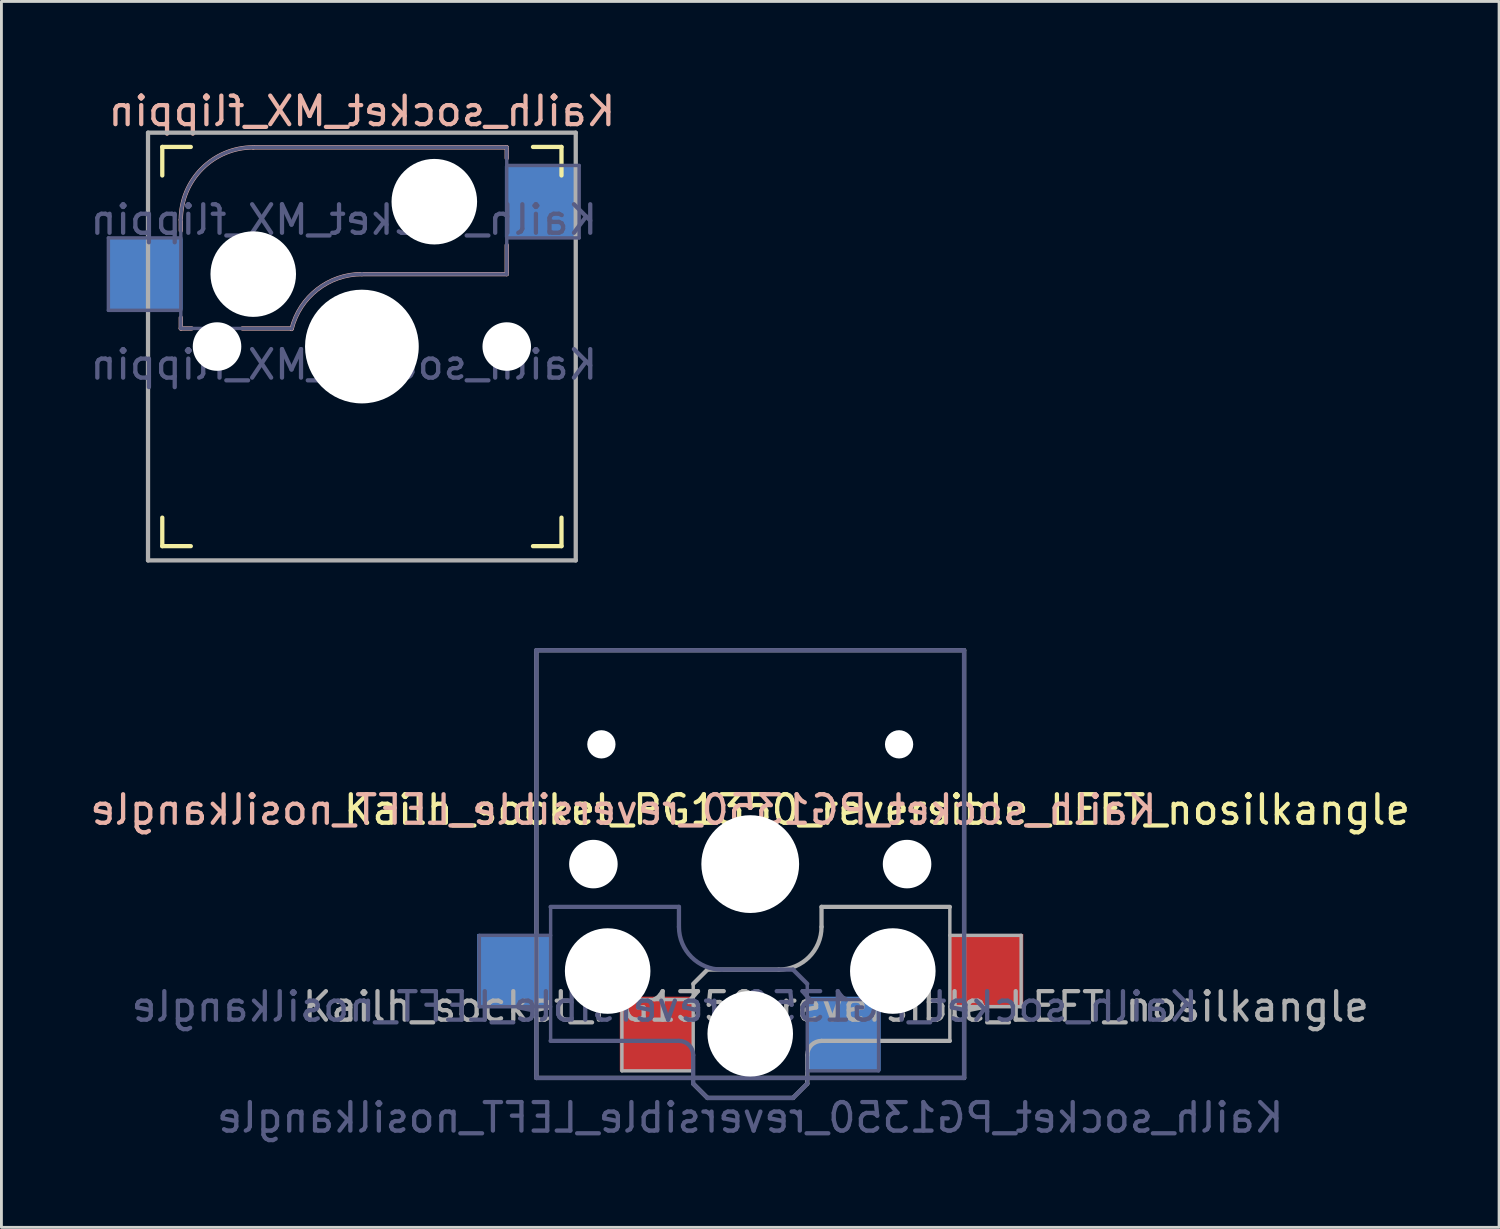
<source format=kicad_pcb>
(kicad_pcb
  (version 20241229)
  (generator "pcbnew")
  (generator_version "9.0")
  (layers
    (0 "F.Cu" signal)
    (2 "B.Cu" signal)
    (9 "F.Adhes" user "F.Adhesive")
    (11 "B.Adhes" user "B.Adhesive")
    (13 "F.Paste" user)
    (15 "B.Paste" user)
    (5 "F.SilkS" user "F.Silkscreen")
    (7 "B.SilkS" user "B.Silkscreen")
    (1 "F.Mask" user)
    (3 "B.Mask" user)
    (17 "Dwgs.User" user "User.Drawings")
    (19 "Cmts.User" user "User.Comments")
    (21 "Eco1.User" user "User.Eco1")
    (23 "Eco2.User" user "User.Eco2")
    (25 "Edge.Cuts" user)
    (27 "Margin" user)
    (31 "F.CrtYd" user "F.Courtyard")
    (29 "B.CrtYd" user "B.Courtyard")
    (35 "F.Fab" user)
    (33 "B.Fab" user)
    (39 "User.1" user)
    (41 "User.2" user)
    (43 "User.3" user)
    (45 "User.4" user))
  (footprint "Kailh_socket_MX_flippin"
    (layer "F.Cu")
    (at 9.641 9.103)
    (property "Reference" "Kailh_socket_MX_flippin" (at 0 -8.255 0) (layer "B.SilkS") (effects (font (size 1 1) (thickness 0.15)) (justify mirror)))
    (property "Value" "Kailh_socket_MX_flippin" (at 0 8.255 0) (layer "F.Fab") (hide yes) (effects (font (size 1 1) (thickness 0.15))))
    (attr smd)
    (fp_line (start -7 -6) (end -7 -7) (stroke (width 0.15) (type solid)) (layer "F.SilkS"))
    (fp_line (start -7 7) (end -7 6) (stroke (width 0.15) (type solid)) (layer "F.SilkS"))
    (fp_line (start -7 7) (end -6 7) (stroke (width 0.15) (type solid)) (layer "F.SilkS"))
    (fp_line (start -6 -7) (end -7 -7) (stroke (width 0.15) (type solid)) (layer "F.SilkS"))
    (fp_line (start 6 7) (end 7 7) (stroke (width 0.15) (type solid)) (layer "F.SilkS"))
    (fp_line (start 7 -7) (end 6 -7) (stroke (width 0.15) (type solid)) (layer "F.SilkS"))
    (fp_line (start 7 -7) (end 7 -6) (stroke (width 0.15) (type solid)) (layer "F.SilkS"))
    (fp_line (start 7 6) (end 7 7) (stroke (width 0.15) (type solid)) (layer "F.SilkS"))
    (fp_line (start -6.35 -4.445) (end -6.35 -4.064) (stroke (width 0.15) (type solid)) (layer "B.SilkS"))
    (fp_line (start -6.35 -1.016) (end -6.35 -0.635) (stroke (width 0.15) (type solid)) (layer "B.SilkS"))
    (fp_line (start -5.969 -0.635) (end -6.35 -0.635) (stroke (width 0.15) (type solid)) (layer "B.SilkS"))
    (fp_line (start -3.81 -6.985) (end 5.08 -6.985) (stroke (width 0.15) (type solid)) (layer "B.SilkS"))
    (fp_line (start -2.464 -0.635) (end -4.191 -0.635) (stroke (width 0.15) (type solid)) (layer "B.SilkS"))
    (fp_line (start 5.08 -6.985) (end 5.08 -6.604) (stroke (width 0.15) (type solid)) (layer "B.SilkS"))
    (fp_line (start 5.08 -3.556) (end 5.08 -2.54) (stroke (width 0.15) (type solid)) (layer "B.SilkS"))
    (fp_line (start 5.08 -2.54) (end 0 -2.54) (stroke (width 0.15) (type solid)) (layer "B.SilkS"))
    (fp_arc (start -6.35 -4.445) (mid -5.606051 -6.241051) (end -3.81 -6.985) (stroke (width 0.15) (type solid)) (layer "B.SilkS"))
    (fp_arc (start -2.464162 -0.61604) (mid -1.563147 -2.002042) (end 0 -2.54) (stroke (width 0.15) (type solid)) (layer "B.SilkS"))
    (fp_line (start -6.9 6.9) (end -6.9 -6.9) (stroke (width 0.15) (type solid)) (layer "Eco2.User"))
    (fp_line (start -6.9 6.9) (end 6.9 6.9) (stroke (width 0.15) (type solid)) (layer "Eco2.User"))
    (fp_line (start 6.9 -6.9) (end -6.9 -6.9) (stroke (width 0.15) (type solid)) (layer "Eco2.User"))
    (fp_line (start 6.9 -6.9) (end 6.9 6.9) (stroke (width 0.15) (type solid)) (layer "Eco2.User"))
    (fp_line (start -8.89 -3.81) (end -6.35 -3.81) (stroke (width 0.12) (type solid)) (layer "B.Fab"))
    (fp_line (start -8.89 -1.27) (end -8.89 -3.81) (stroke (width 0.12) (type solid)) (layer "B.Fab"))
    (fp_line (start -6.35 -1.27) (end -8.89 -1.27) (stroke (width 0.12) (type solid)) (layer "B.Fab"))
    (fp_line (start -6.35 -0.635) (end -6.35 -4.445) (stroke (width 0.12) (type solid)) (layer "B.Fab"))
    (fp_line (start -6.35 -0.635) (end -2.54 -0.635) (stroke (width 0.12) (type solid)) (layer "B.Fab"))
    (fp_line (start -3.81 -6.985) (end 5.08 -6.985) (stroke (width 0.12) (type solid)) (layer "B.Fab"))
    (fp_line (start 5.08 -6.985) (end 5.08 -2.54) (stroke (width 0.12) (type solid)) (layer "B.Fab"))
    (fp_line (start 5.08 -6.35) (end 7.62 -6.35) (stroke (width 0.12) (type solid)) (layer "B.Fab"))
    (fp_line (start 5.08 -2.54) (end 0 -2.54) (stroke (width 0.12) (type solid)) (layer "B.Fab"))
    (fp_line (start 7.62 -6.35) (end 7.62 -3.81) (stroke (width 0.12) (type solid)) (layer "B.Fab"))
    (fp_line (start 7.62 -3.81) (end 5.08 -3.81) (stroke (width 0.12) (type solid)) (layer "B.Fab"))
    (fp_arc (start -6.35 -4.445) (mid -5.606051 -6.241051) (end -3.81 -6.985) (stroke (width 0.12) (type solid)) (layer "B.Fab"))
    (fp_arc (start -2.464162 -0.61604) (mid -1.563147 -2.002042) (end 0 -2.54) (stroke (width 0.12) (type solid)) (layer "B.Fab"))
    (fp_line (start -7.5 -7.5) (end 7.5 -7.5) (stroke (width 0.15) (type solid)) (layer "F.Fab"))
    (fp_line (start -7.5 7.5) (end -7.5 -7.5) (stroke (width 0.15) (type solid)) (layer "F.Fab"))
    (fp_line (start 7.5 -7.5) (end 7.5 7.5) (stroke (width 0.15) (type solid)) (layer "F.Fab"))
    (fp_line (start 7.5 7.5) (end -7.5 7.5) (stroke (width 0.15) (type solid)) (layer "F.Fab"))
    (fp_text user "${REFERENCE}" (at -0.635 -4.445 0) (layer "B.Fab") (effects (font (size 1 1) (thickness 0.15)) (justify mirror)))
    (fp_text user "${VALUE}" (at -0.635 0.635 0) (layer "B.Fab") (effects (font (size 1 1) (thickness 0.15)) (justify mirror)))
    (pad "" np_thru_hole circle (at -5.08 0) (size 1.702 1.702) (drill 1.702) (layers "*.Cu" "*.Mask"))
    (pad "" np_thru_hole circle (at -3.81 -2.54) (size 3 3) (drill 3) (layers "*.Cu" "*.Mask"))
    (pad "" np_thru_hole circle (at 0 0) (size 3.988 3.988) (drill 3.988) (layers "*.Cu" "*.Mask"))
    (pad "" np_thru_hole circle (at 2.54 -5.08) (size 3 3) (drill 3) (layers "*.Cu" "*.Mask"))
    (pad "" np_thru_hole circle (at 5.08 0) (size 1.702 1.702) (drill 1.702) (layers "*.Cu" "*.Mask"))
    (pad "1" smd rect (at -7.56 -2.54) (size 2.55 2.5) (layers "B.Cu" "B.Mask" "B.Paste"))
    (pad "2" smd rect (at 6.29 -5.08) (size 2.55 2.5) (layers "B.Cu" "B.Mask" "B.Paste")))
  (footprint "Kailh_socket_PG1350_reversible_LEFT_nosilkangle"
    (layer "F.Cu")
    (at 23.26 27.253)
    (property "Reference" "Kailh_socket_PG1350_reversible_LEFT_nosilkangle" (at 4.445 -1.905 0) (layer "F.SilkS") (effects (font (size 1 1) (thickness 0.15))))
    (property "Value" "Kailh_socket_PG1350_reversible_LEFT_nosilkangle" (at 0 8.89 0) (layer "F.Fab") (hide yes) (effects (font (size 1 1) (thickness 0.15))))
    (attr smd)
    (fp_line (start -6.9 6.9) (end -6.9 -6.9) (stroke (width 0.15) (type solid)) (layer "Eco2.User"))
    (fp_line (start -6.9 6.9) (end 6.9 6.9) (stroke (width 0.15) (type solid)) (layer "Eco2.User"))
    (fp_line (start -2.6 -3.1) (end -2.6 -6.3) (stroke (width 0.15) (type solid)) (layer "Eco2.User"))
    (fp_line (start -2.6 -3.1) (end 2.6 -3.1) (stroke (width 0.15) (type solid)) (layer "Eco2.User"))
    (fp_line (start 2.6 -6.3) (end -2.6 -6.3) (stroke (width 0.15) (type solid)) (layer "Eco2.User"))
    (fp_line (start 2.6 -3.1) (end 2.6 -6.3) (stroke (width 0.15) (type solid)) (layer "Eco2.User"))
    (fp_line (start 6.9 -6.9) (end -6.9 -6.9) (stroke (width 0.15) (type solid)) (layer "Eco2.User"))
    (fp_line (start 6.9 -6.9) (end 6.9 6.9) (stroke (width 0.15) (type solid)) (layer "Eco2.User"))
    (fp_line (start -9.5 2.5) (end -7 2.5) (stroke (width 0.12) (type solid)) (layer "B.Fab"))
    (fp_line (start -9.5 5) (end -9.5 2.5) (stroke (width 0.12) (type solid)) (layer "B.Fab"))
    (fp_line (start -7.5 -7.5) (end 7.5 -7.5) (stroke (width 0.15) (type solid)) (layer "B.Fab"))
    (fp_line (start -7.5 7.5) (end -7.5 -7.5) (stroke (width 0.15) (type solid)) (layer "B.Fab"))
    (fp_line (start -7 1.5) (end -7 6.2) (stroke (width 0.12) (type solid)) (layer "B.Fab"))
    (fp_line (start -7 5) (end -9.5 5) (stroke (width 0.12) (type solid)) (layer "B.Fab"))
    (fp_line (start -7 6.2) (end -2.5 6.2) (stroke (width 0.15) (type solid)) (layer "B.Fab"))
    (fp_line (start -2.5 1.5) (end -7 1.5) (stroke (width 0.15) (type solid)) (layer "B.Fab"))
    (fp_line (start -2.5 2.2) (end -2.5 1.5) (stroke (width 0.15) (type solid)) (layer "B.Fab"))
    (fp_line (start -2 6.7) (end -2 7.7) (stroke (width 0.15) (type solid)) (layer "B.Fab"))
    (fp_line (start -1.5 8.2) (end -2 7.7) (stroke (width 0.15) (type solid)) (layer "B.Fab"))
    (fp_line (start 1.5 3.7) (end -1 3.7) (stroke (width 0.15) (type solid)) (layer "B.Fab"))
    (fp_line (start 1.5 8.2) (end -1.5 8.2) (stroke (width 0.15) (type solid)) (layer "B.Fab"))
    (fp_line (start 2 4.2) (end 1.5 3.7) (stroke (width 0.15) (type solid)) (layer "B.Fab"))
    (fp_line (start 2 4.25) (end 2 7.7) (stroke (width 0.12) (type solid)) (layer "B.Fab"))
    (fp_line (start 2 4.75) (end 4.5 4.75) (stroke (width 0.12) (type solid)) (layer "B.Fab"))
    (fp_line (start 2 7.7) (end 1.5 8.2) (stroke (width 0.15) (type solid)) (layer "B.Fab"))
    (fp_line (start 4.5 4.75) (end 4.5 7.25) (stroke (width 0.12) (type solid)) (layer "B.Fab"))
    (fp_line (start 4.5 7.25) (end 2 7.25) (stroke (width 0.12) (type solid)) (layer "B.Fab"))
    (fp_line (start 7.5 -7.5) (end 7.5 7.5) (stroke (width 0.15) (type solid)) (layer "B.Fab"))
    (fp_line (start 7.5 7.5) (end -7.5 7.5) (stroke (width 0.15) (type solid)) (layer "B.Fab"))
    (fp_arc (start -2.5 6.2) (mid -2.146447 6.346447) (end -2 6.7) (stroke (width 0.15) (type solid)) (layer "B.Fab"))
    (fp_arc (start -1 3.7) (mid -2.06066 3.26066) (end -2.5 2.2) (stroke (width 0.15) (type solid)) (layer "B.Fab"))
    (fp_line (start -7.5 -7.5) (end 7.5 -7.5) (stroke (width 0.15) (type solid)) (layer "F.Fab"))
    (fp_line (start -7.5 7.5) (end -7.5 -7.5) (stroke (width 0.15) (type solid)) (layer "F.Fab"))
    (fp_line (start -4.5 4.75) (end -4.5 7.25) (stroke (width 0.12) (type solid)) (layer "F.Fab"))
    (fp_line (start -4.5 7.25) (end -2 7.25) (stroke (width 0.12) (type solid)) (layer "F.Fab"))
    (fp_line (start -2 4.2) (end -1.5 3.7) (stroke (width 0.15) (type solid)) (layer "F.Fab"))
    (fp_line (start -2 4.25) (end -2 7.7) (stroke (width 0.12) (type solid)) (layer "F.Fab"))
    (fp_line (start -2 4.75) (end -4.5 4.75) (stroke (width 0.12) (type solid)) (layer "F.Fab"))
    (fp_line (start -2 7.7) (end -1.5 8.2) (stroke (width 0.15) (type solid)) (layer "F.Fab"))
    (fp_line (start -1.5 3.7) (end 1 3.7) (stroke (width 0.15) (type solid)) (layer "F.Fab"))
    (fp_line (start -1.5 8.2) (end 1.5 8.2) (stroke (width 0.15) (type solid)) (layer "F.Fab"))
    (fp_line (start 1.5 8.2) (end 2 7.7) (stroke (width 0.15) (type solid)) (layer "F.Fab"))
    (fp_line (start 2 6.7) (end 2 7.7) (stroke (width 0.15) (type solid)) (layer "F.Fab"))
    (fp_line (start 2.5 1.5) (end 7 1.5) (stroke (width 0.15) (type solid)) (layer "F.Fab"))
    (fp_line (start 2.5 2.2) (end 2.5 1.5) (stroke (width 0.15) (type solid)) (layer "F.Fab"))
    (fp_line (start 7 1.5) (end 7 6.2) (stroke (width 0.12) (type solid)) (layer "F.Fab"))
    (fp_line (start 7 5) (end 9.5 5) (stroke (width 0.12) (type solid)) (layer "F.Fab"))
    (fp_line (start 7 6.2) (end 2.5 6.2) (stroke (width 0.15) (type solid)) (layer "F.Fab"))
    (fp_line (start 7.5 -7.5) (end 7.5 7.5) (stroke (width 0.15) (type solid)) (layer "F.Fab"))
    (fp_line (start 7.5 7.5) (end -7.5 7.5) (stroke (width 0.15) (type solid)) (layer "F.Fab"))
    (fp_line (start 9.5 2.5) (end 7 2.5) (stroke (width 0.12) (type solid)) (layer "F.Fab"))
    (fp_line (start 9.5 5) (end 9.5 2.5) (stroke (width 0.12) (type solid)) (layer "F.Fab"))
    (fp_arc (start 2 6.7) (mid 2.146447 6.346447) (end 2.5 6.2) (stroke (width 0.15) (type solid)) (layer "F.Fab"))
    (fp_arc (start 2.5 2.2) (mid 2.06066 3.26066) (end 1 3.7) (stroke (width 0.15) (type solid)) (layer "F.Fab"))
    (fp_text user "${REFERENCE}" (at -4.445 -1.905 0) (layer "B.SilkS") (effects (font (size 1 1) (thickness 0.15)) (justify mirror)))
    (fp_text user "${VALUE}" (at 0 8.89 0) (layer "B.Fab") (effects (font (size 1 1) (thickness 0.15)) (justify mirror)))
    (fp_text user "${REFERENCE}" (at -3 5 0) (layer "B.Fab") (effects (font (size 1 1) (thickness 0.15)) (justify mirror)))
    (fp_text user "${REFERENCE}" (at 3 5 180) (layer "F.Fab") (effects (font (size 1 1) (thickness 0.15))))
    (pad "" np_thru_hole circle (at -5.5 0) (size 1.702 1.702) (drill 1.702) (layers "*.Cu" "*.Mask"))
    (pad "" np_thru_hole circle (at -5.22 -4.2) (size 0.991 0.991) (drill 0.991) (layers "*.Cu" "*.Mask"))
    (pad "" np_thru_hole circle (at -5 3.75) (size 3 3) (drill 3) (layers "*.Cu" "*.Mask"))
    (pad "" np_thru_hole circle (at 0 0) (size 3.429 3.429) (drill 3.429) (layers "*.Cu" "*.Mask"))
    (pad "" np_thru_hole circle (at 0 5.95) (size 3 3) (drill 3) (layers "*.Cu" "*.Mask"))
    (pad "" np_thru_hole circle (at 5 3.75) (size 3 3) (drill 3) (layers "*.Cu" "*.Mask"))
    (pad "" np_thru_hole circle (at 5.22 -4.2) (size 0.991 0.991) (drill 0.991) (layers "*.Cu" "*.Mask"))
    (pad "" np_thru_hole circle (at 5.5 0) (size 1.702 1.702) (drill 1.702) (layers "*.Cu" "*.Mask"))
    (pad "1" smd rect (at -3.275 5.95) (size 2.6 2.6) (layers "F.Cu" "F.Mask" "F.Paste"))
    (pad "1" smd rect (at 3.275 5.95) (size 2.6 2.6) (layers "B.Cu" "B.Mask" "B.Paste"))
    (pad "2" smd rect (at -8.275 3.75) (size 2.6 2.6) (layers "B.Cu" "B.Mask" "B.Paste"))
    (pad "2" smd rect (at 8.275 3.75) (size 2.6 2.6) (layers "F.Cu" "F.Mask" "F.Paste")))
  (gr_rect
    (start -3 -3)
    (end 49.521 39.992)
    (stroke (width 0.1) (type default))
    (fill no)
    (layer "Edge.Cuts")))
</source>
